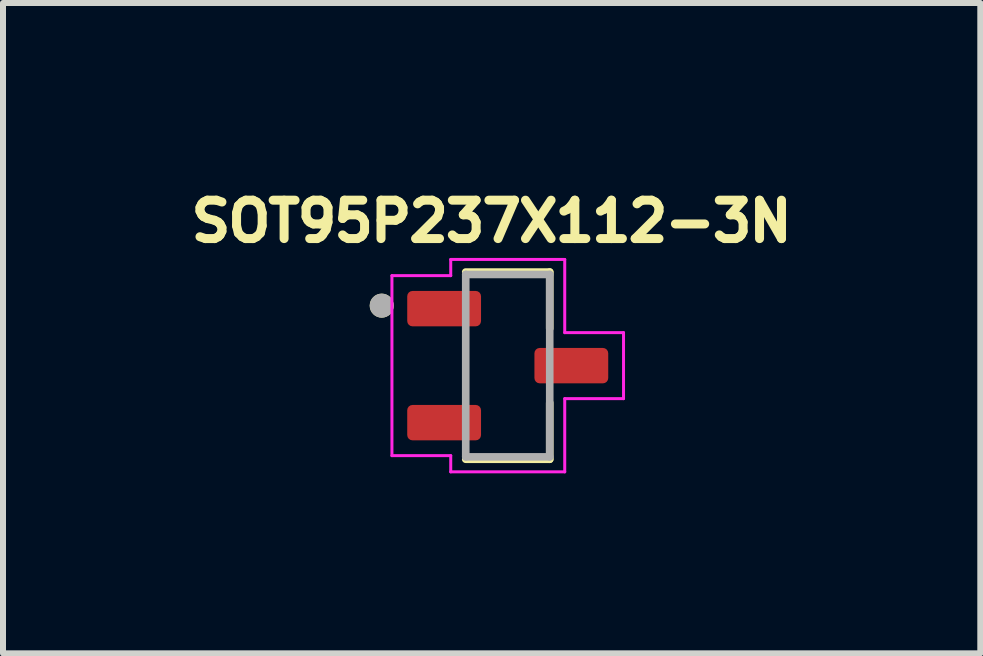
<source format=kicad_pcb>
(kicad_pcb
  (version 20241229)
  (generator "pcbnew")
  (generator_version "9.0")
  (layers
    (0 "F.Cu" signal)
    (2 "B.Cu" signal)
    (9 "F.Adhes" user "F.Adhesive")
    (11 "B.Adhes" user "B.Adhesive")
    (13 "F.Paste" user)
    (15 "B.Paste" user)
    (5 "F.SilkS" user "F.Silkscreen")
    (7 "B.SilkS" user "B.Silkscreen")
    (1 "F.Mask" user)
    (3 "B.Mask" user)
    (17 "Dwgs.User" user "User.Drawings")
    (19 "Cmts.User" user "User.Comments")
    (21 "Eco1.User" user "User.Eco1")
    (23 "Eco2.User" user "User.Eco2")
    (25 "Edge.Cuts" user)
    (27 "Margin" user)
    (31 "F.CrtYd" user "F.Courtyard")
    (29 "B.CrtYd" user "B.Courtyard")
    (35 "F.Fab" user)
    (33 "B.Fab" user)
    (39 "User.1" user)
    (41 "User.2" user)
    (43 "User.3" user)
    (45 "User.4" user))
  (footprint "SOT95P237X112-3N"
    (layer "F.Cu")
    (at 5.412 3.044)
    (property "Reference" "SOT95P237X112-3N" (at -0.268 -2.406 0) (layer "F.SilkS") (effects (font (size 0.64 0.64) (thickness 0.15))))
    (attr through_hole)
    (fp_line (start -0.7 -1.56) (end 0.7 -1.56) (stroke (width 0.127) (type solid)) (layer "F.SilkS"))
    (fp_line (start -0.7 1.56) (end 0.7 1.56) (stroke (width 0.127) (type solid)) (layer "F.SilkS"))
    (fp_line (start 0.7 -1.56) (end 0.7 -0.62) (stroke (width 0.127) (type solid)) (layer "F.SilkS"))
    (fp_line (start 0.7 0.62) (end 0.7 1.56) (stroke (width 0.127) (type solid)) (layer "F.SilkS"))
    (fp_circle (center -2.1 -1) (end -2 -1) (stroke (width 0.2) (type solid)) (fill no) (layer "F.SilkS"))
    (fp_line (start -1.93 -1.5) (end -1.93 1.5) (stroke (width 0.05) (type solid)) (layer "F.CrtYd"))
    (fp_line (start -1.93 1.5) (end -0.95 1.5) (stroke (width 0.05) (type solid)) (layer "F.CrtYd"))
    (fp_line (start -0.95 -1.77) (end -0.95 -1.5) (stroke (width 0.05) (type solid)) (layer "F.CrtYd"))
    (fp_line (start -0.95 -1.77) (end 0.95 -1.77) (stroke (width 0.05) (type solid)) (layer "F.CrtYd"))
    (fp_line (start -0.95 -1.5) (end -1.93 -1.5) (stroke (width 0.05) (type solid)) (layer "F.CrtYd"))
    (fp_line (start -0.95 1.5) (end -0.95 1.77) (stroke (width 0.05) (type solid)) (layer "F.CrtYd"))
    (fp_line (start -0.95 1.77) (end 0.95 1.77) (stroke (width 0.05) (type solid)) (layer "F.CrtYd"))
    (fp_line (start 0.95 -1.77) (end 0.95 -0.55) (stroke (width 0.05) (type solid)) (layer "F.CrtYd"))
    (fp_line (start 0.95 -0.55) (end 1.93 -0.55) (stroke (width 0.05) (type solid)) (layer "F.CrtYd"))
    (fp_line (start 0.95 0.55) (end 0.95 1.77) (stroke (width 0.05) (type solid)) (layer "F.CrtYd"))
    (fp_line (start 1.93 -0.55) (end 1.93 0.55) (stroke (width 0.05) (type solid)) (layer "F.CrtYd"))
    (fp_line (start 1.93 0.55) (end 0.95 0.55) (stroke (width 0.05) (type solid)) (layer "F.CrtYd"))
    (fp_line (start -0.7 -1.52) (end 0.7 -1.52) (stroke (width 0.127) (type solid)) (layer "F.Fab"))
    (fp_line (start -0.7 1.52) (end -0.7 -1.52) (stroke (width 0.127) (type solid)) (layer "F.Fab"))
    (fp_line (start 0.7 -1.52) (end 0.7 1.52) (stroke (width 0.127) (type solid)) (layer "F.Fab"))
    (fp_line (start 0.7 1.52) (end -0.7 1.52) (stroke (width 0.127) (type solid)) (layer "F.Fab"))
    (fp_circle (center -2.1 -1) (end -2 -1) (stroke (width 0.2) (type solid)) (fill no) (layer "F.Fab"))
    (pad "1" smd roundrect (at -1.06 -0.95) (size 1.23 0.59) (layers "F.Cu" "F.Mask" "F.Paste") (roundrect_rratio 0.15))
    (pad "2" smd roundrect (at -1.06 0.95) (size 1.23 0.59) (layers "F.Cu" "F.Mask" "F.Paste") (roundrect_rratio 0.15))
    (pad "3" smd roundrect (at 1.06 0) (size 1.23 0.59) (layers "F.Cu" "F.Mask" "F.Paste") (roundrect_rratio 0.15)))
  (gr_rect
    (start -3 -3)
    (end 13.288 7.839)
    (stroke (width 0.1) (type default))
    (fill no)
    (layer "Edge.Cuts")))
</source>
